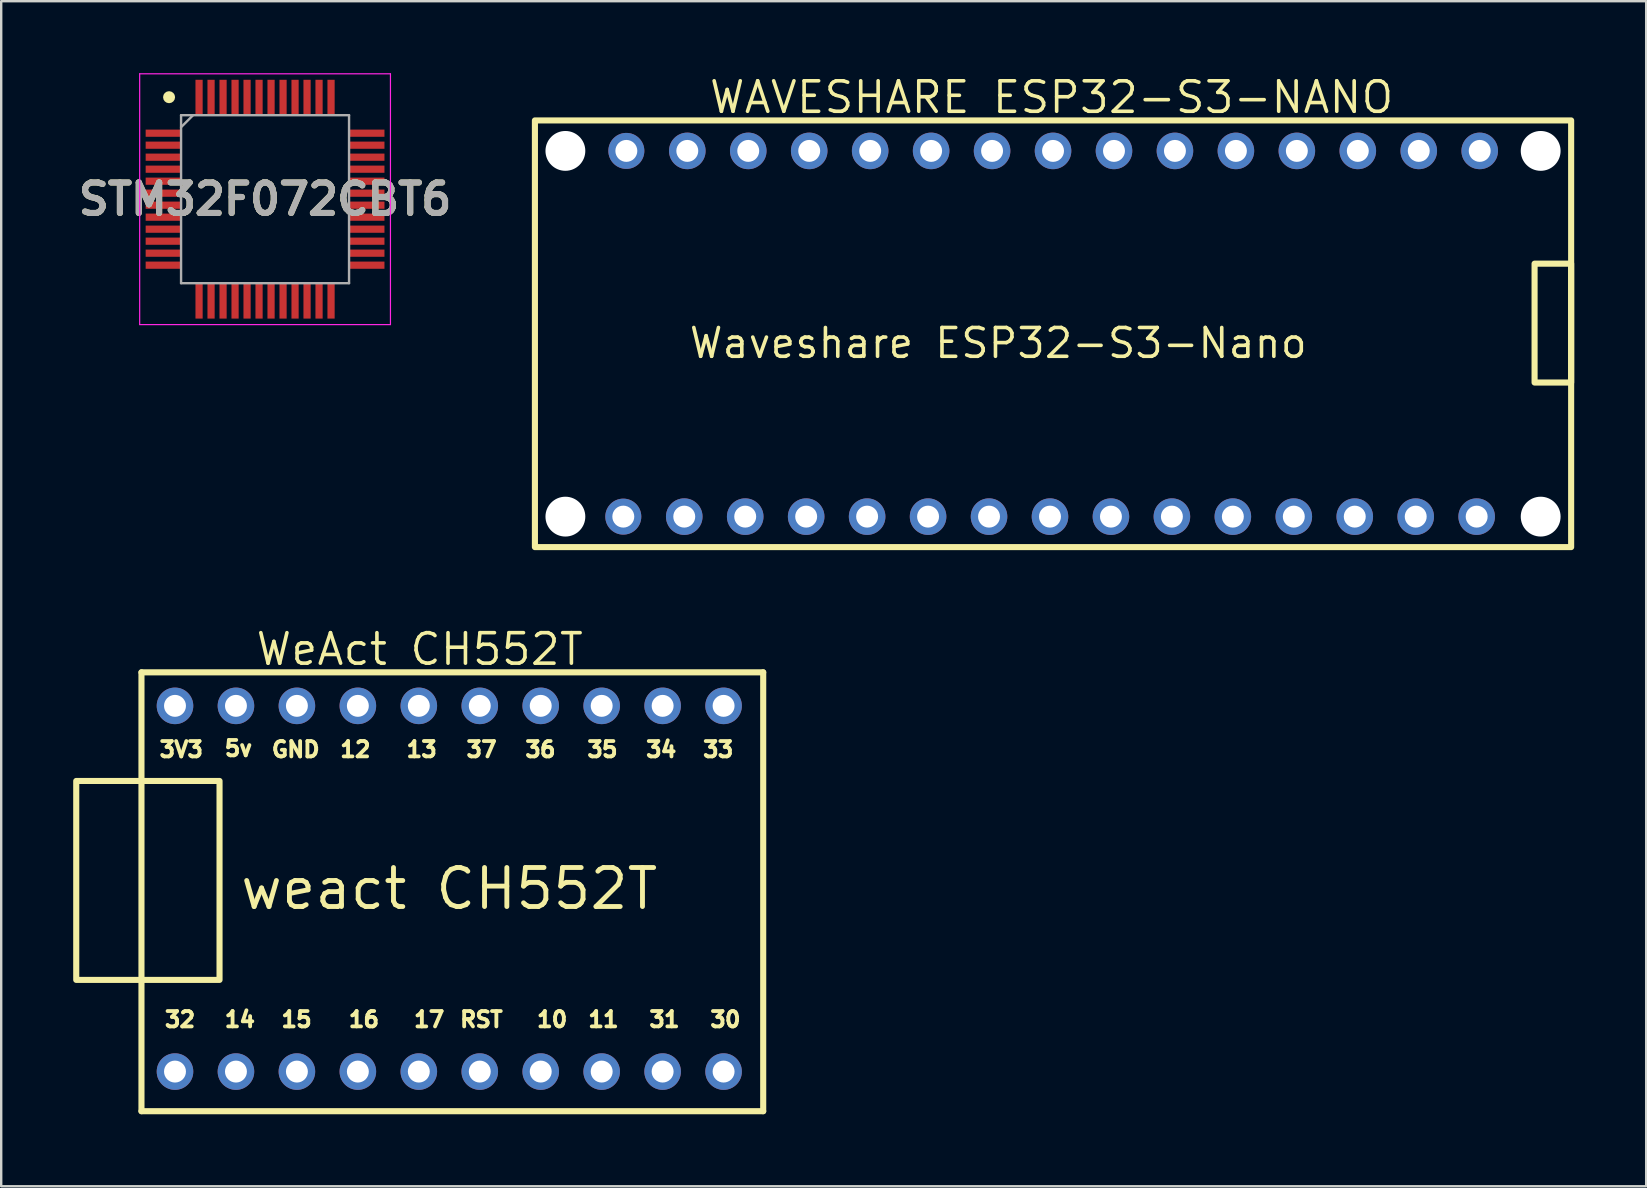
<source format=kicad_pcb>
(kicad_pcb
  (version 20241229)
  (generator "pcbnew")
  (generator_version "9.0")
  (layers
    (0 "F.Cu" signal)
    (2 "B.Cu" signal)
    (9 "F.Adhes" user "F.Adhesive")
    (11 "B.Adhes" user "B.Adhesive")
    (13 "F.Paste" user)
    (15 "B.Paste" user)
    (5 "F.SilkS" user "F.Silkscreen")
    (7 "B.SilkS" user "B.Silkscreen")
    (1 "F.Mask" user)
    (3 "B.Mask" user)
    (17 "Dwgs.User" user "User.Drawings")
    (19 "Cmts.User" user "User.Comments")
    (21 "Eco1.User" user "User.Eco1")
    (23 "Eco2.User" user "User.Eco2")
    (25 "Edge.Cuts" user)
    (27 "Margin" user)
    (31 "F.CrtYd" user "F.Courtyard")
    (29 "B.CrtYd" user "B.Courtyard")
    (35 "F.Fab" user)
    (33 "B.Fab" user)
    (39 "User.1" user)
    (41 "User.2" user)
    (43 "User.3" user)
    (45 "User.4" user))
  (footprint "WeAct CH552T"
    (layer "F.Cu")
    (at 11.94 31.11)
    (property "Reference" "WeAct CH552T" (at 2.5 -7.106 0) (layer "F.SilkS") (effects (font (size 1.27 1.27) (thickness 0.15))))
    (fp_line (start -9.095 -6.144) (end 16.813 -6.144) (stroke (width 0.254) (type default)) (layer "F.SilkS"))
    (fp_line (start -9.095 12.144) (end -9.095 -6.144) (stroke (width 0.254) (type default)) (layer "F.SilkS"))
    (fp_line (start 16.813 -6.144) (end 16.813 12.144) (stroke (width 0.254) (type default)) (layer "F.SilkS"))
    (fp_line (start 16.813 12.144) (end -9.095 12.144) (stroke (width 0.254) (type default)) (layer "F.SilkS"))
    (fp_rect (start -11.813 -1.617) (end -5.842 6.672) (stroke (width 0.254) (type default)) (fill no) (layer "F.SilkS"))
    (fp_text user "32" (at -8.204 7.948 0) (unlocked yes) (layer "F.SilkS") (effects (font (size 0.64 0.64) (thickness 0.203)) (justify left top)))
    (fp_text user "13" (at 1.867 -3.304 0) (unlocked yes) (layer "F.SilkS") (effects (font (size 0.64 0.64) (thickness 0.203)) (justify left top)))
    (fp_text user "5v" (at -5.709 -3.348 0) (unlocked yes) (layer "F.SilkS") (effects (font (size 0.64 0.64) (thickness 0.203)) (justify left top)))
    (fp_text user "35" (at 9.398 -3.303 0) (unlocked yes) (layer "F.SilkS") (effects (font (size 0.64 0.64) (thickness 0.203)) (justify left top)))
    (fp_text user "3V3" (at -8.427 -3.303 0) (unlocked yes) (layer "F.SilkS") (effects (font (size 0.64 0.64) (thickness 0.203)) (justify left top)))
    (fp_text user "36" (at 6.813 -3.303 0) (unlocked yes) (layer "F.SilkS") (effects (font (size 0.64 0.64) (thickness 0.203)) (justify left top)))
    (fp_text user "15" (at -3.347 7.948 0) (unlocked yes) (layer "F.SilkS") (effects (font (size 0.64 0.64) (thickness 0.203)) (justify left top)))
    (fp_text user "30" (at 14.522 7.948 0) (unlocked yes) (layer "F.SilkS") (effects (font (size 0.64 0.64) (thickness 0.203)) (justify left top)))
    (fp_text user "11" (at 9.442 7.947 0) (unlocked yes) (layer "F.SilkS") (effects (font (size 0.64 0.64) (thickness 0.203)) (justify left top)))
    (fp_text user "37" (at 4.362 -3.303 0) (unlocked yes) (layer "F.SilkS") (effects (font (size 0.64 0.64) (thickness 0.203)) (justify left top)))
    (fp_text user "17" (at 2.179 7.948 0) (unlocked yes) (layer "F.SilkS") (effects (font (size 0.64 0.64) (thickness 0.203)) (justify left top)))
    (fp_text user "31" (at 11.982 7.947 0) (unlocked yes) (layer "F.SilkS") (effects (font (size 0.64 0.64) (thickness 0.203)) (justify left top)))
    (fp_text user "33" (at 14.222 -3.303 0) (unlocked yes) (layer "F.SilkS") (effects (font (size 0.64 0.64) (thickness 0.203)) (justify left top)))
    (fp_text user "14" (at -5.709 7.947 0) (unlocked yes) (layer "F.SilkS") (effects (font (size 0.64 0.64) (thickness 0.203)) (justify left top)))
    (fp_text user "10" (at 7.303 7.947 0) (unlocked yes) (layer "F.SilkS") (effects (font (size 0.64 0.64) (thickness 0.203)) (justify left top)))
    (fp_text user "RST" (at 4.095 7.948 0) (unlocked yes) (layer "F.SilkS") (effects (font (size 0.64 0.64) (thickness 0.203)) (justify left top)))
    (fp_text user "34" (at 11.848 -3.303 0) (unlocked yes) (layer "F.SilkS") (effects (font (size 0.64 0.64) (thickness 0.203)) (justify left top)))
    (fp_text user "12" (at -0.896 -3.304 0) (unlocked yes) (layer "F.SilkS") (effects (font (size 0.64 0.64) (thickness 0.203)) (justify left top)))
    (fp_text user "16" (at -0.54 7.947 0) (unlocked yes) (layer "F.SilkS") (effects (font (size 0.64 0.64) (thickness 0.203)) (justify left top)))
    (fp_text user "weact CH552T" (at -5.076 1.922 0) (unlocked yes) (layer "F.SilkS") (effects (font (size 1.626 1.626) (thickness 0.203)) (justify left top)))
    (fp_text user "GND" (at -3.748 -3.303 0) (unlocked yes) (layer "F.SilkS") (effects (font (size 0.64 0.64) (thickness 0.203)) (justify left top)))
    (pad "1" thru_hole oval (at -7.698 -4.747) (size 1.524 1.524) (drill 0.914) (layers "*.Cu" "*.Mask"))
    (pad "2" thru_hole oval (at -5.158 -4.747) (size 1.524 1.524) (drill 0.914) (layers "*.Cu" "*.Mask"))
    (pad "3" thru_hole oval (at -2.618 -4.747) (size 1.524 1.524) (drill 0.914) (layers "*.Cu" "*.Mask"))
    (pad "4" thru_hole oval (at -0.078 -4.747) (size 1.524 1.524) (drill 0.914) (layers "*.Cu" "*.Mask"))
    (pad "5" thru_hole oval (at 2.462 -4.747) (size 1.524 1.524) (drill 0.914) (layers "*.Cu" "*.Mask"))
    (pad "6" thru_hole oval (at 5.002 -4.747) (size 1.524 1.524) (drill 0.914) (layers "*.Cu" "*.Mask"))
    (pad "7" thru_hole oval (at 7.542 -4.747) (size 1.524 1.524) (drill 0.914) (layers "*.Cu" "*.Mask"))
    (pad "8" thru_hole oval (at 10.082 -4.747) (size 1.524 1.524) (drill 0.914) (layers "*.Cu" "*.Mask"))
    (pad "9" thru_hole oval (at 12.622 -4.747) (size 1.524 1.524) (drill 0.914) (layers "*.Cu" "*.Mask"))
    (pad "10" thru_hole oval (at 15.162 -4.747) (size 1.524 1.524) (drill 0.914) (layers "*.Cu" "*.Mask"))
    (pad "11" thru_hole oval (at -7.698 10.493) (size 1.524 1.524) (drill 0.914) (layers "*.Cu" "*.Mask"))
    (pad "12" thru_hole oval (at -5.158 10.493) (size 1.524 1.524) (drill 0.914) (layers "*.Cu" "*.Mask"))
    (pad "13" thru_hole oval (at -2.618 10.493) (size 1.524 1.524) (drill 0.914) (layers "*.Cu" "*.Mask"))
    (pad "14" thru_hole oval (at -0.078 10.493) (size 1.524 1.524) (drill 0.914) (layers "*.Cu" "*.Mask"))
    (pad "15" thru_hole oval (at 2.462 10.493) (size 1.524 1.524) (drill 0.914) (layers "*.Cu" "*.Mask"))
    (pad "16" thru_hole oval (at 5.002 10.493) (size 1.524 1.524) (drill 0.914) (layers "*.Cu" "*.Mask"))
    (pad "17" thru_hole oval (at 7.542 10.493) (size 1.524 1.524) (drill 0.914) (layers "*.Cu" "*.Mask"))
    (pad "18" thru_hole oval (at 10.082 10.493) (size 1.524 1.524) (drill 0.914) (layers "*.Cu" "*.Mask"))
    (pad "19" thru_hole oval (at 12.622 10.493) (size 1.524 1.524) (drill 0.914) (layers "*.Cu" "*.Mask"))
    (pad "20" thru_hole oval (at 15.162 10.493) (size 1.524 1.524) (drill 0.914) (layers "*.Cu" "*.Mask")))
  (footprint "STM32F072CBT6"
    (layer "F.Cu")
    (at 7.995 5.25)
    (property "Reference" "STM32F072CBT6" (at 0 0 0) (layer "F.SilkS") (effects (font (size 1.27 1.27) (thickness 0.254))))
    (attr smd)
    (fp_circle (center -4 -4.25) (end -4 -4.125) (stroke (width 0.25) (type solid)) (fill no) (layer "F.SilkS"))
    (fp_line (start -5.225 -5.225) (end 5.225 -5.225) (stroke (width 0.05) (type solid)) (layer "F.CrtYd"))
    (fp_line (start -5.225 5.225) (end -5.225 -5.225) (stroke (width 0.05) (type solid)) (layer "F.CrtYd"))
    (fp_line (start 5.225 -5.225) (end 5.225 5.225) (stroke (width 0.05) (type solid)) (layer "F.CrtYd"))
    (fp_line (start 5.225 5.225) (end -5.225 5.225) (stroke (width 0.05) (type solid)) (layer "F.CrtYd"))
    (fp_line (start -3.5 -3.5) (end 3.5 -3.5) (stroke (width 0.1) (type solid)) (layer "F.Fab"))
    (fp_line (start -3.5 -3) (end -3 -3.5) (stroke (width 0.1) (type solid)) (layer "F.Fab"))
    (fp_line (start -3.5 3.5) (end -3.5 -3.5) (stroke (width 0.1) (type solid)) (layer "F.Fab"))
    (fp_line (start 3.5 -3.5) (end 3.5 3.5) (stroke (width 0.1) (type solid)) (layer "F.Fab"))
    (fp_line (start 3.5 3.5) (end -3.5 3.5) (stroke (width 0.1) (type solid)) (layer "F.Fab"))
    (fp_text user "${REFERENCE}" (at 0 0 0) (layer "F.Fab") (effects (font (size 1.27 1.27) (thickness 0.254))))
    (pad "1" smd rect (at -4.238 -2.75 90) (size 0.3 1.475) (layers "F.Cu" "F.Mask" "F.Paste"))
    (pad "2" smd rect (at -4.238 -2.25 90) (size 0.3 1.475) (layers "F.Cu" "F.Mask" "F.Paste"))
    (pad "3" smd rect (at -4.238 -1.75 90) (size 0.3 1.475) (layers "F.Cu" "F.Mask" "F.Paste"))
    (pad "4" smd rect (at -4.238 -1.25 90) (size 0.3 1.475) (layers "F.Cu" "F.Mask" "F.Paste"))
    (pad "5" smd rect (at -4.238 -0.75 90) (size 0.3 1.475) (layers "F.Cu" "F.Mask" "F.Paste"))
    (pad "6" smd rect (at -4.238 -0.25 90) (size 0.3 1.475) (layers "F.Cu" "F.Mask" "F.Paste"))
    (pad "7" smd rect (at -4.238 0.25 90) (size 0.3 1.475) (layers "F.Cu" "F.Mask" "F.Paste"))
    (pad "8" smd rect (at -4.238 0.75 90) (size 0.3 1.475) (layers "F.Cu" "F.Mask" "F.Paste"))
    (pad "9" smd rect (at -4.238 1.25 90) (size 0.3 1.475) (layers "F.Cu" "F.Mask" "F.Paste"))
    (pad "10" smd rect (at -4.238 1.75 90) (size 0.3 1.475) (layers "F.Cu" "F.Mask" "F.Paste"))
    (pad "11" smd rect (at -4.238 2.25 90) (size 0.3 1.475) (layers "F.Cu" "F.Mask" "F.Paste"))
    (pad "12" smd rect (at -4.238 2.75 90) (size 0.3 1.475) (layers "F.Cu" "F.Mask" "F.Paste"))
    (pad "13" smd rect (at -2.75 4.238) (size 0.3 1.475) (layers "F.Cu" "F.Mask" "F.Paste"))
    (pad "14" smd rect (at -2.25 4.238) (size 0.3 1.475) (layers "F.Cu" "F.Mask" "F.Paste"))
    (pad "15" smd rect (at -1.75 4.238) (size 0.3 1.475) (layers "F.Cu" "F.Mask" "F.Paste"))
    (pad "16" smd rect (at -1.25 4.238) (size 0.3 1.475) (layers "F.Cu" "F.Mask" "F.Paste"))
    (pad "17" smd rect (at -0.75 4.238) (size 0.3 1.475) (layers "F.Cu" "F.Mask" "F.Paste"))
    (pad "18" smd rect (at -0.25 4.238) (size 0.3 1.475) (layers "F.Cu" "F.Mask" "F.Paste"))
    (pad "19" smd rect (at 0.25 4.238) (size 0.3 1.475) (layers "F.Cu" "F.Mask" "F.Paste"))
    (pad "20" smd rect (at 0.75 4.238) (size 0.3 1.475) (layers "F.Cu" "F.Mask" "F.Paste"))
    (pad "21" smd rect (at 1.25 4.238) (size 0.3 1.475) (layers "F.Cu" "F.Mask" "F.Paste"))
    (pad "22" smd rect (at 1.75 4.238) (size 0.3 1.475) (layers "F.Cu" "F.Mask" "F.Paste"))
    (pad "23" smd rect (at 2.25 4.238) (size 0.3 1.475) (layers "F.Cu" "F.Mask" "F.Paste"))
    (pad "24" smd rect (at 2.75 4.238) (size 0.3 1.475) (layers "F.Cu" "F.Mask" "F.Paste"))
    (pad "25" smd rect (at 4.238 2.75 90) (size 0.3 1.475) (layers "F.Cu" "F.Mask" "F.Paste"))
    (pad "26" smd rect (at 4.238 2.25 90) (size 0.3 1.475) (layers "F.Cu" "F.Mask" "F.Paste"))
    (pad "27" smd rect (at 4.238 1.75 90) (size 0.3 1.475) (layers "F.Cu" "F.Mask" "F.Paste"))
    (pad "28" smd rect (at 4.238 1.25 90) (size 0.3 1.475) (layers "F.Cu" "F.Mask" "F.Paste"))
    (pad "29" smd rect (at 4.238 0.75 90) (size 0.3 1.475) (layers "F.Cu" "F.Mask" "F.Paste"))
    (pad "30" smd rect (at 4.238 0.25 90) (size 0.3 1.475) (layers "F.Cu" "F.Mask" "F.Paste"))
    (pad "31" smd rect (at 4.238 -0.25 90) (size 0.3 1.475) (layers "F.Cu" "F.Mask" "F.Paste"))
    (pad "32" smd rect (at 4.238 -0.75 90) (size 0.3 1.475) (layers "F.Cu" "F.Mask" "F.Paste"))
    (pad "33" smd rect (at 4.238 -1.25 90) (size 0.3 1.475) (layers "F.Cu" "F.Mask" "F.Paste"))
    (pad "34" smd rect (at 4.238 -1.75 90) (size 0.3 1.475) (layers "F.Cu" "F.Mask" "F.Paste"))
    (pad "35" smd rect (at 4.238 -2.25 90) (size 0.3 1.475) (layers "F.Cu" "F.Mask" "F.Paste"))
    (pad "36" smd rect (at 4.238 -2.75 90) (size 0.3 1.475) (layers "F.Cu" "F.Mask" "F.Paste"))
    (pad "37" smd rect (at 2.75 -4.238) (size 0.3 1.475) (layers "F.Cu" "F.Mask" "F.Paste"))
    (pad "38" smd rect (at 2.25 -4.238) (size 0.3 1.475) (layers "F.Cu" "F.Mask" "F.Paste"))
    (pad "39" smd rect (at 1.75 -4.238) (size 0.3 1.475) (layers "F.Cu" "F.Mask" "F.Paste"))
    (pad "40" smd rect (at 1.25 -4.238) (size 0.3 1.475) (layers "F.Cu" "F.Mask" "F.Paste"))
    (pad "41" smd rect (at 0.75 -4.238) (size 0.3 1.475) (layers "F.Cu" "F.Mask" "F.Paste"))
    (pad "42" smd rect (at 0.25 -4.238) (size 0.3 1.475) (layers "F.Cu" "F.Mask" "F.Paste"))
    (pad "43" smd rect (at -0.25 -4.238) (size 0.3 1.475) (layers "F.Cu" "F.Mask" "F.Paste"))
    (pad "44" smd rect (at -0.75 -4.238) (size 0.3 1.475) (layers "F.Cu" "F.Mask" "F.Paste"))
    (pad "45" smd rect (at -1.25 -4.238) (size 0.3 1.475) (layers "F.Cu" "F.Mask" "F.Paste"))
    (pad "46" smd rect (at -1.75 -4.238) (size 0.3 1.475) (layers "F.Cu" "F.Mask" "F.Paste"))
    (pad "47" smd rect (at -2.25 -4.238) (size 0.3 1.475) (layers "F.Cu" "F.Mask" "F.Paste"))
    (pad "48" smd rect (at -2.75 -4.238) (size 0.3 1.475) (layers "F.Cu" "F.Mask" "F.Paste")))
  (footprint "WAVESHARE ESP32-S3-NANO"
    (layer "F.Cu")
    (at 19.24 19.748)
    (property "Reference" "WAVESHARE ESP32-S3-NANO" (at 21.529 -18.742 0) (layer "F.SilkS") (effects (font (size 1.27 1.27) (thickness 0.15))))
    (fp_rect (start 0 -17.78) (end 43.18 0) (stroke (width 0.254) (type default)) (fill no) (layer "F.SilkS"))
    (fp_rect (start 41.656 -11.811) (end 43.18 -6.858) (stroke (width 0.254) (type default)) (fill no) (layer "F.SilkS"))
    (fp_text user "Waveshare ESP32-S3-Nano" (at 6.35 -9.201 0) (unlocked yes) (layer "F.SilkS") (effects (font (size 1.2 1.2) (thickness 0.15)) (justify left top)))
    (pad "" np_thru_hole circle (at 1.27 -16.51) (size 1.66 1.66) (drill 1.66) (layers "*.Cu" "*.Mask"))
    (pad "" np_thru_hole circle (at 1.27 -1.27) (size 1.66 1.66) (drill 1.66) (layers "*.Cu" "*.Mask"))
    (pad "" np_thru_hole circle (at 41.91 -16.51) (size 1.66 1.66) (drill 1.66) (layers "*.Cu" "*.Mask"))
    (pad "" np_thru_hole circle (at 41.91 -1.27) (size 1.66 1.66) (drill 1.66) (layers "*.Cu" "*.Mask"))
    (pad "0" thru_hole oval (at 8.89 -16.51) (size 1.524 1.524) (drill 0.914) (layers "*.Cu" "*.Mask"))
    (pad "1" thru_hole oval (at 31.75 -16.51) (size 1.524 1.524) (drill 0.914) (layers "*.Cu" "*.Mask"))
    (pad "2" thru_hole oval (at 29.21 -16.51) (size 1.524 1.524) (drill 0.914) (layers "*.Cu" "*.Mask"))
    (pad "3" thru_hole oval (at 26.67 -16.51) (size 1.524 1.524) (drill 0.914) (layers "*.Cu" "*.Mask"))
    (pad "3V3" thru_hole oval (at 36.83 -16.51) (size 1.524 1.524) (drill 0.914) (layers "*.Cu" "*.Mask"))
    (pad "4" thru_hole oval (at 24.13 -16.51) (size 1.524 1.524) (drill 0.914) (layers "*.Cu" "*.Mask"))
    (pad "5" thru_hole oval (at 13.843 -1.27) (size 1.524 1.524) (drill 0.914) (layers "*.Cu" "*.Mask"))
    (pad "6" thru_hole oval (at 16.383 -1.27) (size 1.524 1.524) (drill 0.914) (layers "*.Cu" "*.Mask"))
    (pad "7" thru_hole oval (at 18.923 -1.27) (size 1.524 1.524) (drill 0.914) (layers "*.Cu" "*.Mask"))
    (pad "8" thru_hole oval (at 21.463 -1.27) (size 1.524 1.524) (drill 0.914) (layers "*.Cu" "*.Mask"))
    (pad "9" thru_hole oval (at 24.003 -1.27) (size 1.524 1.524) (drill 0.914) (layers "*.Cu" "*.Mask"))
    (pad "10" thru_hole oval (at 26.543 -1.27) (size 1.524 1.524) (drill 0.914) (layers "*.Cu" "*.Mask"))
    (pad "11" thru_hole oval (at 21.59 -16.51) (size 1.524 1.524) (drill 0.914) (layers "*.Cu" "*.Mask"))
    (pad "12" thru_hole oval (at 19.05 -16.51) (size 1.524 1.524) (drill 0.914) (layers "*.Cu" "*.Mask"))
    (pad "13" thru_hole oval (at 16.51 -16.51) (size 1.524 1.524) (drill 0.914) (layers "*.Cu" "*.Mask"))
    (pad "14" thru_hole oval (at 13.97 -16.51) (size 1.524 1.524) (drill 0.914) (layers "*.Cu" "*.Mask"))
    (pad "17" thru_hole oval (at 29.083 -1.27) (size 1.524 1.524) (drill 0.914) (layers "*.Cu" "*.Mask"))
    (pad "18" thru_hole oval (at 31.623 -1.27) (size 1.524 1.524) (drill 0.914) (layers "*.Cu" "*.Mask"))
    (pad "21" thru_hole oval (at 34.163 -1.27) (size 1.524 1.524) (drill 0.914) (layers "*.Cu" "*.Mask"))
    (pad "38" thru_hole oval (at 36.703 -1.27) (size 1.524 1.524) (drill 0.914) (layers "*.Cu" "*.Mask"))
    (pad "43" thru_hole oval (at 3.683 -1.27) (size 1.5 1.5) (drill 0.914) (layers "*.Cu" "*.Mask"))
    (pad "44" thru_hole oval (at 6.223 -1.27) (size 1.524 1.524) (drill 0.914) (layers "*.Cu" "*.Mask"))
    (pad "46" thru_hole oval (at 34.29 -16.51) (size 1.524 1.524) (drill 0.914) (layers "*.Cu" "*.Mask"))
    (pad "47" thru_hole oval (at 39.243 -1.27) (size 1.524 1.524) (drill 0.914) (layers "*.Cu" "*.Mask"))
    (pad "48" thru_hole oval (at 39.37 -16.51) (size 1.524 1.524) (drill 0.914) (layers "*.Cu" "*.Mask"))
    (pad "GND" thru_hole oval (at 11.303 -1.27) (size 1.524 1.524) (drill 0.914) (layers "*.Cu" "*.Mask"))
    (pad "GND1" thru_hole oval (at 6.35 -16.51) (size 1.524 1.524) (drill 0.914) (layers "*.Cu" "*.Mask"))
    (pad "RST" thru_hole oval (at 8.763 -1.27) (size 1.524 1.524) (drill 0.914) (layers "*.Cu" "*.Mask"))
    (pad "VBUS" thru_hole oval (at 11.43 -16.51) (size 1.524 1.524) (drill 0.914) (layers "*.Cu" "*.Mask"))
    (pad "VIN" thru_hole oval (at 3.81 -16.51) (size 1.5 1.5) (drill 0.914) (layers "*.Cu" "*.Mask")))
  (gr_rect
    (start -3 -3)
    (end 65.547 46.381)
    (stroke (width 0.1) (type default))
    (fill no)
    (layer "Edge.Cuts")))
</source>
